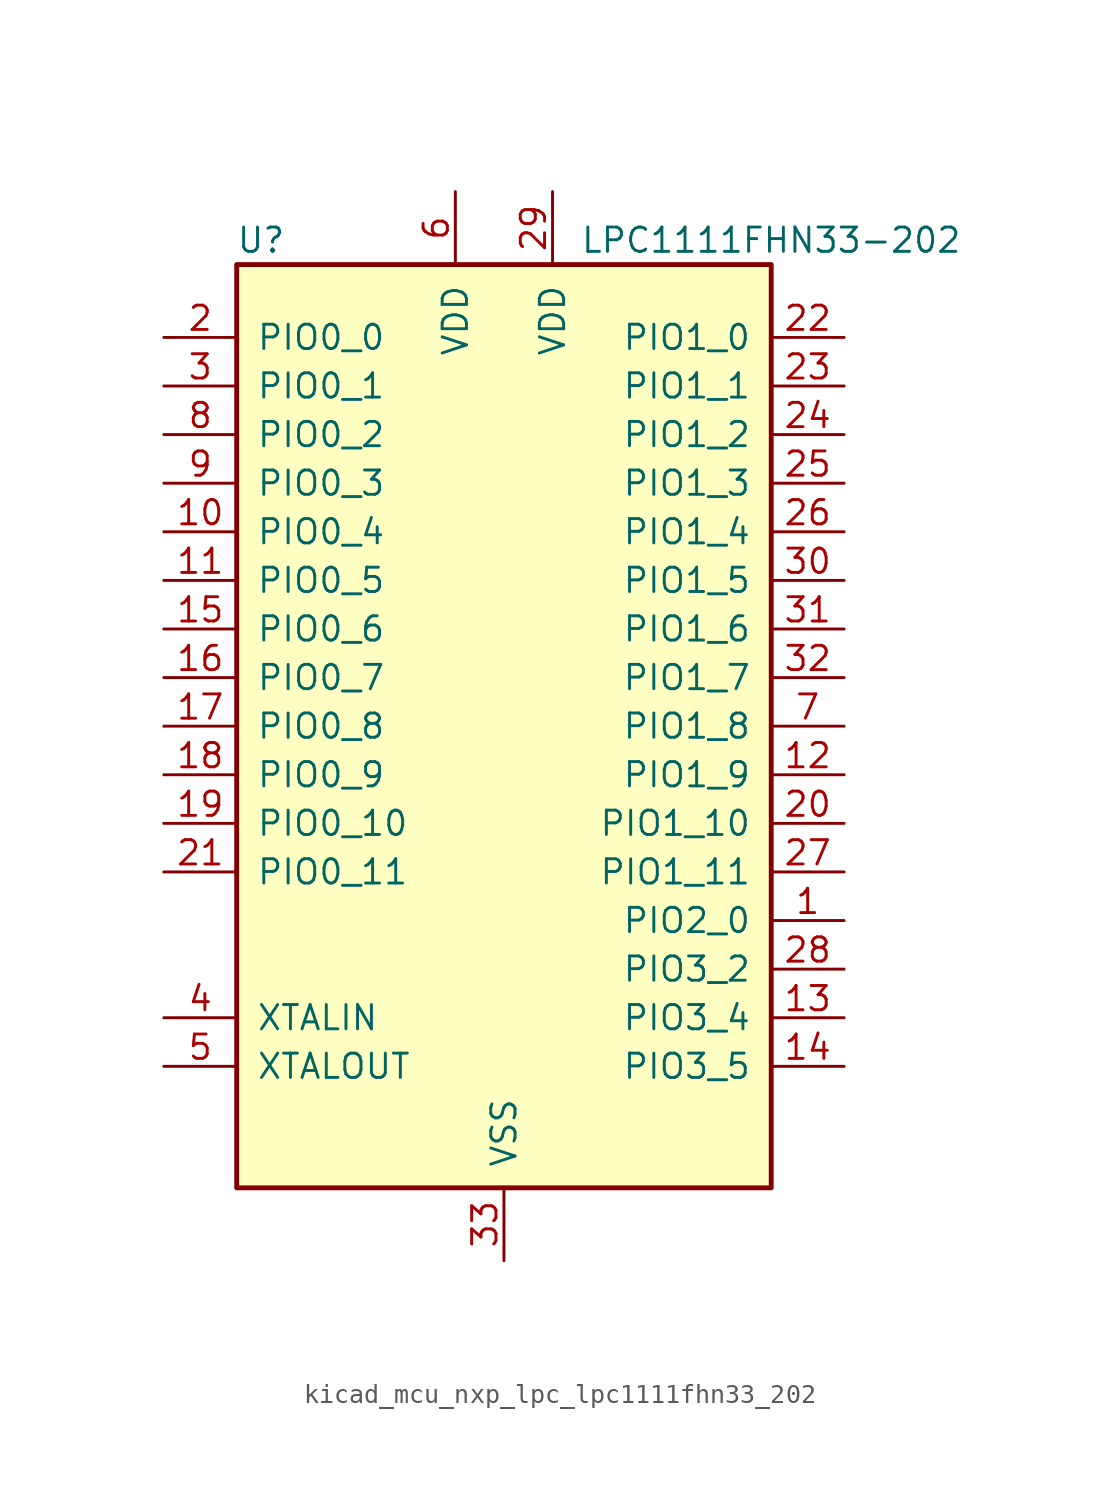
<source format=kicad_sym>
(kicad_symbol_lib
  (version 20220914)
  (generator kicad_symbol_editor)
  (symbol "kicad_mcu_nxp_lpc_lpc1111fhn33_202"
    (pin_names
      (offset 1.016))
    (property "Reference" "U"
      (at -12.7 25.4 0)
      (effects (font (size 1.27 1.27))))
    (property "Value" "LPC1111FHN33-202"
      (at 13.97 25.4 0)
      (effects (font (size 1.27 1.27))))
    (symbol "kicad_mcu_nxp_lpc_lpc1111fhn33_202_0_1"
      (rectangle (start -13.97 24.13) (end 13.97 -24.13) (stroke (width 0.254) (type default)) (fill (type background))))
    (symbol "kicad_mcu_nxp_lpc_lpc1111fhn33_202_1_1"
      (pin bidirectional line (at 17.78 -10.16 180) (length 3.81) (name "PIO2_0" (effects (font (size 1.27 1.27)))) (number "1" (effects (font (size 1.27 1.27)))))
      (pin bidirectional line (at -17.78 10.16 0) (length 3.81) (name "PIO0_4" (effects (font (size 1.27 1.27)))) (number "10" (effects (font (size 1.27 1.27)))))
      (pin bidirectional line (at -17.78 7.62 0) (length 3.81) (name "PIO0_5" (effects (font (size 1.27 1.27)))) (number "11" (effects (font (size 1.27 1.27)))))
      (pin bidirectional line (at 17.78 -2.54 180) (length 3.81) (name "PIO1_9" (effects (font (size 1.27 1.27)))) (number "12" (effects (font (size 1.27 1.27)))))
      (pin bidirectional line (at 17.78 -15.24 180) (length 3.81) (name "PIO3_4" (effects (font (size 1.27 1.27)))) (number "13" (effects (font (size 1.27 1.27)))))
      (pin bidirectional line (at 17.78 -17.78 180) (length 3.81) (name "PIO3_5" (effects (font (size 1.27 1.27)))) (number "14" (effects (font (size 1.27 1.27)))))
      (pin bidirectional line (at -17.78 5.08 0) (length 3.81) (name "PIO0_6" (effects (font (size 1.27 1.27)))) (number "15" (effects (font (size 1.27 1.27)))))
      (pin bidirectional line (at -17.78 2.54 0) (length 3.81) (name "PIO0_7" (effects (font (size 1.27 1.27)))) (number "16" (effects (font (size 1.27 1.27)))))
      (pin bidirectional line (at -17.78 0 0) (length 3.81) (name "PIO0_8" (effects (font (size 1.27 1.27)))) (number "17" (effects (font (size 1.27 1.27)))))
      (pin bidirectional line (at -17.78 -2.54 0) (length 3.81) (name "PIO0_9" (effects (font (size 1.27 1.27)))) (number "18" (effects (font (size 1.27 1.27)))))
      (pin bidirectional line (at -17.78 -5.08 0) (length 3.81) (name "PIO0_10" (effects (font (size 1.27 1.27)))) (number "19" (effects (font (size 1.27 1.27)))))
      (pin bidirectional line (at -17.78 20.32 0) (length 3.81) (name "PIO0_0" (effects (font (size 1.27 1.27)))) (number "2" (effects (font (size 1.27 1.27)))))
      (pin bidirectional line (at 17.78 -5.08 180) (length 3.81) (name "PIO1_10" (effects (font (size 1.27 1.27)))) (number "20" (effects (font (size 1.27 1.27)))))
      (pin bidirectional line (at -17.78 -7.62 0) (length 3.81) (name "PIO0_11" (effects (font (size 1.27 1.27)))) (number "21" (effects (font (size 1.27 1.27)))))
      (pin bidirectional line (at 17.78 20.32 180) (length 3.81) (name "PIO1_0" (effects (font (size 1.27 1.27)))) (number "22" (effects (font (size 1.27 1.27)))))
      (pin bidirectional line (at 17.78 17.78 180) (length 3.81) (name "PIO1_1" (effects (font (size 1.27 1.27)))) (number "23" (effects (font (size 1.27 1.27)))))
      (pin bidirectional line (at 17.78 15.24 180) (length 3.81) (name "PIO1_2" (effects (font (size 1.27 1.27)))) (number "24" (effects (font (size 1.27 1.27)))))
      (pin bidirectional line (at 17.78 12.7 180) (length 3.81) (name "PIO1_3" (effects (font (size 1.27 1.27)))) (number "25" (effects (font (size 1.27 1.27)))))
      (pin bidirectional line (at 17.78 10.16 180) (length 3.81) (name "PIO1_4" (effects (font (size 1.27 1.27)))) (number "26" (effects (font (size 1.27 1.27)))))
      (pin bidirectional line (at 17.78 -7.62 180) (length 3.81) (name "PIO1_11" (effects (font (size 1.27 1.27)))) (number "27" (effects (font (size 1.27 1.27)))))
      (pin bidirectional line (at 17.78 -12.7 180) (length 3.81) (name "PIO3_2" (effects (font (size 1.27 1.27)))) (number "28" (effects (font (size 1.27 1.27)))))
      (pin power_in line (at 2.54 27.94 270) (length 3.81) (name "VDD" (effects (font (size 1.27 1.27)))) (number "29" (effects (font (size 1.27 1.27)))))
      (pin bidirectional line (at -17.78 17.78 0) (length 3.81) (name "PIO0_1" (effects (font (size 1.27 1.27)))) (number "3" (effects (font (size 1.27 1.27)))))
      (pin bidirectional line (at 17.78 7.62 180) (length 3.81) (name "PIO1_5" (effects (font (size 1.27 1.27)))) (number "30" (effects (font (size 1.27 1.27)))))
      (pin bidirectional line (at 17.78 5.08 180) (length 3.81) (name "PIO1_6" (effects (font (size 1.27 1.27)))) (number "31" (effects (font (size 1.27 1.27)))))
      (pin bidirectional line (at 17.78 2.54 180) (length 3.81) (name "PIO1_7" (effects (font (size 1.27 1.27)))) (number "32" (effects (font (size 1.27 1.27)))))
      (pin power_in line (at 0 -27.94 90) (length 3.81) (name "VSS" (effects (font (size 1.27 1.27)))) (number "33" (effects (font (size 1.27 1.27)))))
      (pin input line (at -17.78 -15.24 0) (length 3.81) (name "XTALIN" (effects (font (size 1.27 1.27)))) (number "4" (effects (font (size 1.27 1.27)))))
      (pin output line (at -17.78 -17.78 0) (length 3.81) (name "XTALOUT" (effects (font (size 1.27 1.27)))) (number "5" (effects (font (size 1.27 1.27)))))
      (pin power_in line (at -2.54 27.94 270) (length 3.81) (name "VDD" (effects (font (size 1.27 1.27)))) (number "6" (effects (font (size 1.27 1.27)))))
      (pin bidirectional line (at 17.78 0 180) (length 3.81) (name "PIO1_8" (effects (font (size 1.27 1.27)))) (number "7" (effects (font (size 1.27 1.27)))))
      (pin bidirectional line (at -17.78 15.24 0) (length 3.81) (name "PIO0_2" (effects (font (size 1.27 1.27)))) (number "8" (effects (font (size 1.27 1.27)))))
      (pin bidirectional line (at -17.78 12.7 0) (length 3.81) (name "PIO0_3" (effects (font (size 1.27 1.27)))) (number "9" (effects (font (size 1.27 1.27))))))))
</source>
